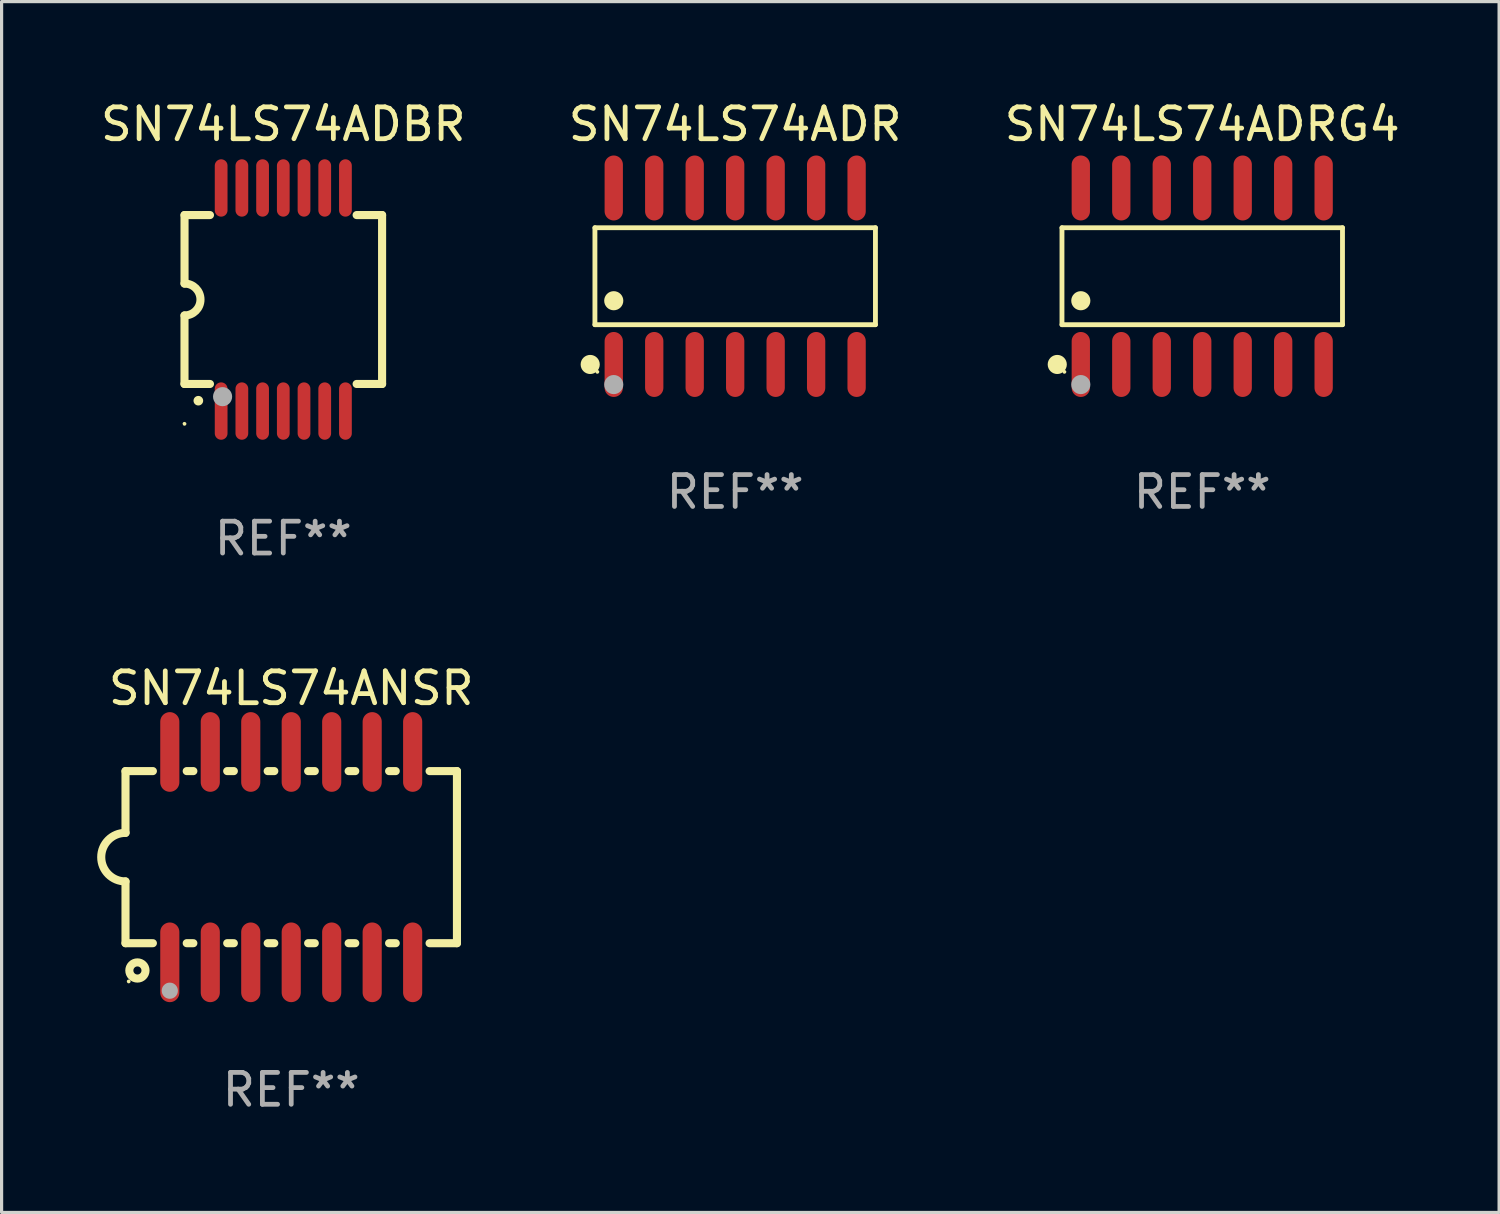
<source format=kicad_pcb>
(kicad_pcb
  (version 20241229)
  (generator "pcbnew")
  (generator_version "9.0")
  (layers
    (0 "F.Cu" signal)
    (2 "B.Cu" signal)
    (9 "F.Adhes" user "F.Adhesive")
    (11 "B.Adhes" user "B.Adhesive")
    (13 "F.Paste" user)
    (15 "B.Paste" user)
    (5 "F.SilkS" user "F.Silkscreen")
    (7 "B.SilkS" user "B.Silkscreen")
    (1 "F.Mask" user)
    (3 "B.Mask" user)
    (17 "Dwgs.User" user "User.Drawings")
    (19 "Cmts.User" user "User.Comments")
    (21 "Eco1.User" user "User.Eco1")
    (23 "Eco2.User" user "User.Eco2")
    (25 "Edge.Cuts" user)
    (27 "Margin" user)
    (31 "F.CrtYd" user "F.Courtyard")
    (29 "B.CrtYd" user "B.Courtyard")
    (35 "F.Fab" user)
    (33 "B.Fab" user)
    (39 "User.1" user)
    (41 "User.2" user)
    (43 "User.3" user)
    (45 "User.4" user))
  (footprint "SN74LS74ANSR"
    (layer "F.Cu")
    (at 6.088 23.845)
    (property "Reference" "SN74LS74ANSR" (at 0 -5.3 0) (layer "F.SilkS") (effects (font (size 1 1) (thickness 0.15))))
    (attr through_hole)
    (fp_line (start -5.2 -2.7) (end -5.2 -0.762) (stroke (width 0.254) (type solid)) (layer "F.SilkS"))
    (fp_line (start -5.2 -2.7) (end -4.341 -2.7) (stroke (width 0.254) (type solid)) (layer "F.SilkS"))
    (fp_line (start -5.2 2.7) (end -5.2 0.762) (stroke (width 0.254) (type solid)) (layer "F.SilkS"))
    (fp_line (start -4.341 2.7) (end -5.2 2.7) (stroke (width 0.254) (type solid)) (layer "F.SilkS"))
    (fp_line (start -3.279 -2.7) (end -3.071 -2.7) (stroke (width 0.254) (type solid)) (layer "F.SilkS"))
    (fp_line (start -3.071 2.7) (end -3.279 2.7) (stroke (width 0.254) (type solid)) (layer "F.SilkS"))
    (fp_line (start -2.009 -2.7) (end -1.801 -2.7) (stroke (width 0.254) (type solid)) (layer "F.SilkS"))
    (fp_line (start -1.801 2.7) (end -2.009 2.7) (stroke (width 0.254) (type solid)) (layer "F.SilkS"))
    (fp_line (start -0.739 -2.7) (end -0.531 -2.7) (stroke (width 0.254) (type solid)) (layer "F.SilkS"))
    (fp_line (start -0.531 2.7) (end -0.739 2.7) (stroke (width 0.254) (type solid)) (layer "F.SilkS"))
    (fp_line (start 0.531 -2.7) (end 0.739 -2.7) (stroke (width 0.254) (type solid)) (layer "F.SilkS"))
    (fp_line (start 0.739 2.7) (end 0.531 2.7) (stroke (width 0.254) (type solid)) (layer "F.SilkS"))
    (fp_line (start 1.801 -2.7) (end 2.009 -2.7) (stroke (width 0.254) (type solid)) (layer "F.SilkS"))
    (fp_line (start 2.009 2.7) (end 1.801 2.7) (stroke (width 0.254) (type solid)) (layer "F.SilkS"))
    (fp_line (start 3.071 -2.7) (end 3.279 -2.7) (stroke (width 0.254) (type solid)) (layer "F.SilkS"))
    (fp_line (start 3.279 2.7) (end 3.071 2.7) (stroke (width 0.254) (type solid)) (layer "F.SilkS"))
    (fp_line (start 4.341 -2.7) (end 5.2 -2.7) (stroke (width 0.254) (type solid)) (layer "F.SilkS"))
    (fp_line (start 5.2 2.7) (end 4.341 2.7) (stroke (width 0.254) (type solid)) (layer "F.SilkS"))
    (fp_line (start 5.2 2.7) (end 5.2 -2.7) (stroke (width 0.254) (type solid)) (layer "F.SilkS"))
    (fp_arc (start -5.2 0.762002) (mid -5.961393 -0.000305) (end -5.199391 -0.762002) (stroke (width 0.254001) (type solid)) (layer "F.SilkS"))
    (fp_circle (center -5.1 3.9) (end -5.07 3.9) (stroke (width 0.06) (type solid)) (fill no) (layer "F.SilkS"))
    (fp_circle (center -4.826 3.556) (end -4.572 3.556) (stroke (width 0.254) (type solid)) (fill no) (layer "F.SilkS"))
    (fp_circle (center -3.81 4.191) (end -3.683 4.191) (stroke (width 0.254) (type solid)) (fill no) (layer "F.Fab"))
    (fp_text user "REF**" (at 0 7.3 0) (layer "F.Fab") (effects (font (size 1 1) (thickness 0.15))))
    (pad "1" smd oval (at -3.81 3.3) (size 0.6 2.5) (layers "F.Cu" "F.Mask" "F.Paste"))
    (pad "2" smd oval (at -2.54 3.3) (size 0.6 2.5) (layers "F.Cu" "F.Mask" "F.Paste"))
    (pad "3" smd oval (at -1.27 3.3) (size 0.6 2.5) (layers "F.Cu" "F.Mask" "F.Paste"))
    (pad "4" smd oval (at 0 3.3) (size 0.6 2.5) (layers "F.Cu" "F.Mask" "F.Paste"))
    (pad "5" smd oval (at 1.27 3.3) (size 0.6 2.5) (layers "F.Cu" "F.Mask" "F.Paste"))
    (pad "6" smd oval (at 2.54 3.3) (size 0.6 2.5) (layers "F.Cu" "F.Mask" "F.Paste"))
    (pad "7" smd oval (at 3.81 3.3) (size 0.6 2.5) (layers "F.Cu" "F.Mask" "F.Paste"))
    (pad "8" smd oval (at 3.81 -3.3) (size 0.6 2.5) (layers "F.Cu" "F.Mask" "F.Paste"))
    (pad "9" smd oval (at 2.54 -3.3) (size 0.6 2.5) (layers "F.Cu" "F.Mask" "F.Paste"))
    (pad "10" smd oval (at 1.27 -3.3) (size 0.6 2.5) (layers "F.Cu" "F.Mask" "F.Paste"))
    (pad "11" smd oval (at 0 -3.3) (size 0.6 2.5) (layers "F.Cu" "F.Mask" "F.Paste"))
    (pad "12" smd oval (at -1.27 -3.3) (size 0.6 2.5) (layers "F.Cu" "F.Mask" "F.Paste"))
    (pad "13" smd oval (at -2.54 -3.3) (size 0.6 2.5) (layers "F.Cu" "F.Mask" "F.Paste"))
    (pad "14" smd oval (at -3.81 -3.3) (size 0.6 2.5) (layers "F.Cu" "F.Mask" "F.Paste")))
  (footprint "SN74LS74ADBR"
    (layer "F.Cu")
    (at 5.839 6.348)
    (property "Reference" "SN74LS74ADBR" (at 0 -5.5 0) (layer "F.SilkS") (effects (font (size 1 1) (thickness 0.15))))
    (attr through_hole)
    (fp_line (start -3.1 2.65) (end -3.1 0.5) (stroke (width 0.254) (type solid)) (layer "F.SilkS"))
    (fp_line (start -3.099 -2.65) (end -2.301 -2.65) (stroke (width 0.254) (type solid)) (layer "F.SilkS"))
    (fp_line (start -3.099 -0.5) (end -3.099 -2.65) (stroke (width 0.254) (type solid)) (layer "F.SilkS"))
    (fp_line (start -2.301 2.65) (end -3.1 2.65) (stroke (width 0.254) (type solid)) (layer "F.SilkS"))
    (fp_line (start 2.301 -2.65) (end 3.1 -2.65) (stroke (width 0.254) (type solid)) (layer "F.SilkS"))
    (fp_line (start 3.1 -2.65) (end 3.1 2.65) (stroke (width 0.254) (type solid)) (layer "F.SilkS"))
    (fp_line (start 3.1 2.65) (end 2.301 2.65) (stroke (width 0.254) (type solid)) (layer "F.SilkS"))
    (fp_arc (start -3.098806 -0.500381) (mid -2.598806 0) (end -3.098806 0.500381) (stroke (width 0.254001) (type solid)) (layer "F.SilkS"))
    (fp_arc (start -2.667005 3.175006) (mid -2.665735 3.175001) (end -2.664465 3.175006) (stroke (width 0.3) (type solid)) (layer "F.SilkS"))
    (fp_circle (center -3.1 3.9) (end -3.07 3.9) (stroke (width 0.06) (type solid)) (fill no) (layer "F.SilkS"))
    (fp_circle (center -1.905 3.048) (end -1.755 3.048) (stroke (width 0.3) (type solid)) (fill no) (layer "F.Fab"))
    (fp_text user "REF**" (at 0 7.5 0) (layer "F.Fab") (effects (font (size 1 1) (thickness 0.15))))
    (pad "1" smd oval (at -1.95 3.5 270) (size 1.8 0.4) (layers "F.Cu" "F.Mask" "F.Paste"))
    (pad "2" smd oval (at -1.3 3.5 270) (size 1.8 0.4) (layers "F.Cu" "F.Mask" "F.Paste"))
    (pad "3" smd oval (at -0.65 3.5 270) (size 1.8 0.4) (layers "F.Cu" "F.Mask" "F.Paste"))
    (pad "4" smd oval (at 0 3.5 270) (size 1.8 0.4) (layers "F.Cu" "F.Mask" "F.Paste"))
    (pad "5" smd oval (at 0.65 3.5 270) (size 1.8 0.4) (layers "F.Cu" "F.Mask" "F.Paste"))
    (pad "6" smd oval (at 1.3 3.5 270) (size 1.8 0.4) (layers "F.Cu" "F.Mask" "F.Paste"))
    (pad "7" smd oval (at 1.95 3.5 270) (size 1.8 0.4) (layers "F.Cu" "F.Mask" "F.Paste"))
    (pad "8" smd oval (at 1.95 -3.5 90) (size 1.8 0.4) (layers "F.Cu" "F.Mask" "F.Paste"))
    (pad "9" smd oval (at 1.3 -3.5 90) (size 1.8 0.4) (layers "F.Cu" "F.Mask" "F.Paste"))
    (pad "10" smd oval (at 0.65 -3.5 90) (size 1.8 0.4) (layers "F.Cu" "F.Mask" "F.Paste"))
    (pad "11" smd oval (at 0 -3.5 90) (size 1.8 0.4) (layers "F.Cu" "F.Mask" "F.Paste"))
    (pad "12" smd oval (at -0.65 -3.5 90) (size 1.8 0.4) (layers "F.Cu" "F.Mask" "F.Paste"))
    (pad "13" smd oval (at -1.3 -3.5 90) (size 1.8 0.4) (layers "F.Cu" "F.Mask" "F.Paste"))
    (pad "14" smd oval (at -1.95 -3.5 90) (size 1.8 0.4) (layers "F.Cu" "F.Mask" "F.Paste")))
  (footprint "SN74LS74ADRG4"
    (layer "F.Cu")
    (at 34.673 5.617)
    (property "Reference" "SN74LS74ADRG4" (at 0 -4.769 0) (layer "F.SilkS") (effects (font (size 1 1) (thickness 0.15))))
    (attr through_hole)
    (fp_line (start -4.401 -1.521) (end 4.401 -1.521) (stroke (width 0.152) (type solid)) (layer "F.SilkS"))
    (fp_line (start -4.401 1.521) (end -4.401 -1.521) (stroke (width 0.152) (type solid)) (layer "F.SilkS"))
    (fp_line (start 4.401 -1.521) (end 4.401 1.521) (stroke (width 0.152) (type solid)) (layer "F.SilkS"))
    (fp_line (start 4.401 1.521) (end -4.401 1.521) (stroke (width 0.152) (type solid)) (layer "F.SilkS"))
    (fp_circle (center -4.549 2.769) (end -4.399 2.769) (stroke (width 0.3) (type solid)) (fill no) (layer "F.SilkS"))
    (fp_circle (center -4.325 3) (end -4.295 3) (stroke (width 0.06) (type solid)) (fill no) (layer "F.SilkS"))
    (fp_circle (center -3.81 0.769) (end -3.66 0.769) (stroke (width 0.3) (type solid)) (fill no) (layer "F.SilkS"))
    (fp_circle (center -3.81 3.4) (end -3.66 3.4) (stroke (width 0.3) (type solid)) (fill no) (layer "F.Fab"))
    (fp_text user "REF**" (at 0 6.769 0) (layer "F.Fab") (effects (font (size 1 1) (thickness 0.15))))
    (pad "1" smd oval (at -3.81 2.769) (size 0.574 2.038) (layers "F.Cu" "F.Mask" "F.Paste"))
    (pad "2" smd oval (at -2.54 2.769) (size 0.574 2.038) (layers "F.Cu" "F.Mask" "F.Paste"))
    (pad "3" smd oval (at -1.27 2.769) (size 0.574 2.038) (layers "F.Cu" "F.Mask" "F.Paste"))
    (pad "4" smd oval (at 0 2.769) (size 0.574 2.038) (layers "F.Cu" "F.Mask" "F.Paste"))
    (pad "5" smd oval (at 1.27 2.769) (size 0.574 2.038) (layers "F.Cu" "F.Mask" "F.Paste"))
    (pad "6" smd oval (at 2.54 2.769) (size 0.574 2.038) (layers "F.Cu" "F.Mask" "F.Paste"))
    (pad "7" smd oval (at 3.81 2.769) (size 0.574 2.038) (layers "F.Cu" "F.Mask" "F.Paste"))
    (pad "8" smd oval (at 3.81 -2.769) (size 0.574 2.038) (layers "F.Cu" "F.Mask" "F.Paste"))
    (pad "9" smd oval (at 2.54 -2.769) (size 0.574 2.038) (layers "F.Cu" "F.Mask" "F.Paste"))
    (pad "10" smd oval (at 1.27 -2.769) (size 0.574 2.038) (layers "F.Cu" "F.Mask" "F.Paste"))
    (pad "11" smd oval (at 0 -2.769) (size 0.574 2.038) (layers "F.Cu" "F.Mask" "F.Paste"))
    (pad "12" smd oval (at -1.27 -2.769) (size 0.574 2.038) (layers "F.Cu" "F.Mask" "F.Paste"))
    (pad "13" smd oval (at -2.54 -2.769) (size 0.574 2.038) (layers "F.Cu" "F.Mask" "F.Paste"))
    (pad "14" smd oval (at -3.81 -2.769) (size 0.574 2.038) (layers "F.Cu" "F.Mask" "F.Paste")))
  (footprint "SN74LS74ADR"
    (layer "F.Cu")
    (at 20.018 5.617)
    (property "Reference" "SN74LS74ADR" (at 0 -4.769 0) (layer "F.SilkS") (effects (font (size 1 1) (thickness 0.15))))
    (attr through_hole)
    (fp_line (start -4.401 -1.521) (end 4.401 -1.521) (stroke (width 0.152) (type solid)) (layer "F.SilkS"))
    (fp_line (start -4.401 1.521) (end -4.401 -1.521) (stroke (width 0.152) (type solid)) (layer "F.SilkS"))
    (fp_line (start 4.401 -1.521) (end 4.401 1.521) (stroke (width 0.152) (type solid)) (layer "F.SilkS"))
    (fp_line (start 4.401 1.521) (end -4.401 1.521) (stroke (width 0.152) (type solid)) (layer "F.SilkS"))
    (fp_circle (center -4.549 2.769) (end -4.399 2.769) (stroke (width 0.3) (type solid)) (fill no) (layer "F.SilkS"))
    (fp_circle (center -4.325 3) (end -4.295 3) (stroke (width 0.06) (type solid)) (fill no) (layer "F.SilkS"))
    (fp_circle (center -3.81 0.769) (end -3.66 0.769) (stroke (width 0.3) (type solid)) (fill no) (layer "F.SilkS"))
    (fp_circle (center -3.81 3.4) (end -3.66 3.4) (stroke (width 0.3) (type solid)) (fill no) (layer "F.Fab"))
    (fp_text user "REF**" (at 0 6.769 0) (layer "F.Fab") (effects (font (size 1 1) (thickness 0.15))))
    (pad "1" smd oval (at -3.81 2.769) (size 0.574 2.038) (layers "F.Cu" "F.Mask" "F.Paste"))
    (pad "2" smd oval (at -2.54 2.769) (size 0.574 2.038) (layers "F.Cu" "F.Mask" "F.Paste"))
    (pad "3" smd oval (at -1.27 2.769) (size 0.574 2.038) (layers "F.Cu" "F.Mask" "F.Paste"))
    (pad "4" smd oval (at 0 2.769) (size 0.574 2.038) (layers "F.Cu" "F.Mask" "F.Paste"))
    (pad "5" smd oval (at 1.27 2.769) (size 0.574 2.038) (layers "F.Cu" "F.Mask" "F.Paste"))
    (pad "6" smd oval (at 2.54 2.769) (size 0.574 2.038) (layers "F.Cu" "F.Mask" "F.Paste"))
    (pad "7" smd oval (at 3.81 2.769) (size 0.574 2.038) (layers "F.Cu" "F.Mask" "F.Paste"))
    (pad "8" smd oval (at 3.81 -2.769) (size 0.574 2.038) (layers "F.Cu" "F.Mask" "F.Paste"))
    (pad "9" smd oval (at 2.54 -2.769) (size 0.574 2.038) (layers "F.Cu" "F.Mask" "F.Paste"))
    (pad "10" smd oval (at 1.27 -2.769) (size 0.574 2.038) (layers "F.Cu" "F.Mask" "F.Paste"))
    (pad "11" smd oval (at 0 -2.769) (size 0.574 2.038) (layers "F.Cu" "F.Mask" "F.Paste"))
    (pad "12" smd oval (at -1.27 -2.769) (size 0.574 2.038) (layers "F.Cu" "F.Mask" "F.Paste"))
    (pad "13" smd oval (at -2.54 -2.769) (size 0.574 2.038) (layers "F.Cu" "F.Mask" "F.Paste"))
    (pad "14" smd oval (at -3.81 -2.769) (size 0.574 2.038) (layers "F.Cu" "F.Mask" "F.Paste")))
  (gr_rect
    (start -3 -3)
    (end 43.988 34.993)
    (stroke (width 0.1) (type default))
    (fill no)
    (layer "Edge.Cuts")))
</source>
